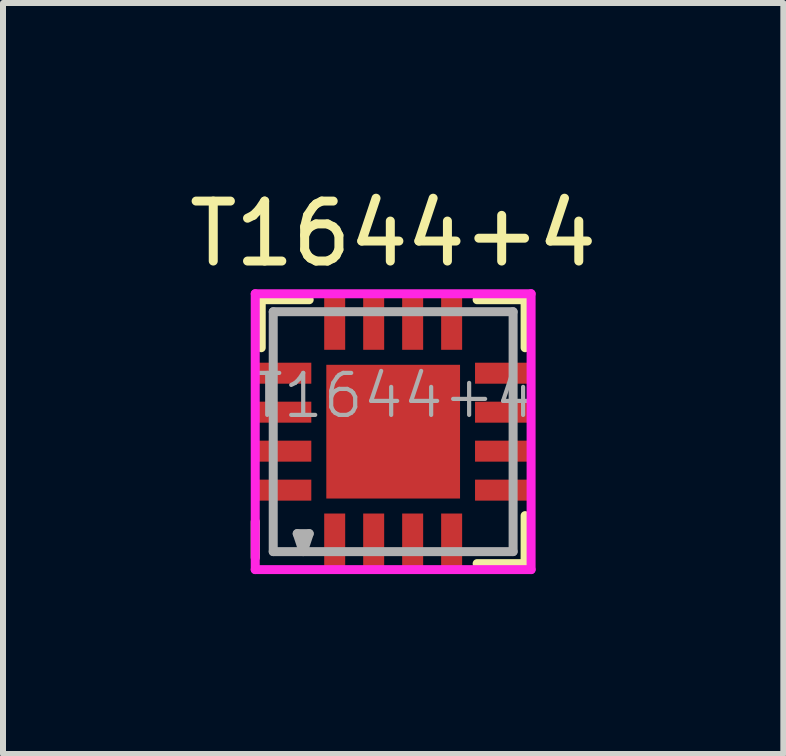
<source format=kicad_pcb>
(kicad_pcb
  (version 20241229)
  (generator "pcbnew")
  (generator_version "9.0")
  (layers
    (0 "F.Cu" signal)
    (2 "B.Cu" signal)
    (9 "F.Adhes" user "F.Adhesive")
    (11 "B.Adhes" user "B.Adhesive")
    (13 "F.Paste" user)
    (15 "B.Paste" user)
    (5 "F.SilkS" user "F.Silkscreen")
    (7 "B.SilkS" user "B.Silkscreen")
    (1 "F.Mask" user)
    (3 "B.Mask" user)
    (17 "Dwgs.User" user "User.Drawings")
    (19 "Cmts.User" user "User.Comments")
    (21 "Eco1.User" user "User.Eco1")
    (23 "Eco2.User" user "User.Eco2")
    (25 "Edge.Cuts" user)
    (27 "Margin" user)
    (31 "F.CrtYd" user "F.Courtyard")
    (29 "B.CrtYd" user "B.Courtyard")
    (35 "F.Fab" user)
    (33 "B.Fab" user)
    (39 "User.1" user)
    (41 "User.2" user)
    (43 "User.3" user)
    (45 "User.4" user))
  (footprint "T1644+4"
    (layer "F.Cu")
    (at 3.506 4.148)
    (property "Reference" "T1644+4" (at 0 -3.3 0) (layer "F.SilkS") (effects (font (size 1 1) (thickness 0.15))))
    (attr smd)
    (fp_line (start -2.3 1.5) (end -2.3 2.1) (stroke (width 0.15) (type solid)) (layer "F.SilkS"))
    (fp_line (start -2.2 -2.2) (end -1.4 -2.2) (stroke (width 0.15) (type solid)) (layer "F.SilkS"))
    (fp_line (start -2.2 -1.4) (end -2.2 -2.2) (stroke (width 0.15) (type solid)) (layer "F.SilkS"))
    (fp_line (start 1.4 -2.2) (end 2.2 -2.2) (stroke (width 0.15) (type solid)) (layer "F.SilkS"))
    (fp_line (start 1.4 2.2) (end 2.2 2.2) (stroke (width 0.15) (type solid)) (layer "F.SilkS"))
    (fp_line (start 2.2 -2.2) (end 2.2 -1.4) (stroke (width 0.15) (type solid)) (layer "F.SilkS"))
    (fp_line (start 2.2 2.2) (end 2.2 1.4) (stroke (width 0.15) (type solid)) (layer "F.SilkS"))
    (fp_line (start -2.3 -2.3) (end 2.3 -2.3) (stroke (width 0.15) (type solid)) (layer "F.CrtYd"))
    (fp_line (start -2.3 2.3) (end -2.3 -2.3) (stroke (width 0.15) (type solid)) (layer "F.CrtYd"))
    (fp_line (start 2.3 -2.3) (end 2.3 2.3) (stroke (width 0.15) (type solid)) (layer "F.CrtYd"))
    (fp_line (start 2.3 2.3) (end -2.3 2.3) (stroke (width 0.15) (type solid)) (layer "F.CrtYd"))
    (fp_line (start -2 -2) (end 2 -2) (stroke (width 0.15) (type solid)) (layer "F.Fab"))
    (fp_line (start -2 2) (end -2 -2) (stroke (width 0.15) (type solid)) (layer "F.Fab"))
    (fp_line (start -1.6 1.7) (end -1.5 2) (stroke (width 0.15) (type solid)) (layer "F.Fab"))
    (fp_line (start -1.5 2) (end -1.4 1.7) (stroke (width 0.15) (type solid)) (layer "F.Fab"))
    (fp_line (start -1.4 1.7) (end -1.6 1.7) (stroke (width 0.15) (type solid)) (layer "F.Fab"))
    (fp_line (start 2 -2) (end 2 2) (stroke (width 0.15) (type solid)) (layer "F.Fab"))
    (fp_line (start 2 2) (end -2 2) (stroke (width 0.15) (type solid)) (layer "F.Fab"))
    (fp_text user "${REFERENCE}" (at 0 -0.6 0) (layer "F.Fab") (effects (font (size 0.7 0.7) (thickness 0.07))))
    (pad "1" smd rect (at -0.975 1.84) (size 0.35 0.95) (layers "F.Cu" "F.Mask" "F.Paste"))
    (pad "2" smd rect (at -0.325 1.84) (size 0.35 0.95) (layers "F.Cu" "F.Mask" "F.Paste"))
    (pad "3" smd rect (at 0.325 1.84) (size 0.35 0.95) (layers "F.Cu" "F.Mask" "F.Paste"))
    (pad "4" smd rect (at 0.975 1.84) (size 0.35 0.95) (layers "F.Cu" "F.Mask" "F.Paste"))
    (pad "5" smd rect (at 1.84 0.975) (size 0.95 0.35) (layers "F.Cu" "F.Mask" "F.Paste"))
    (pad "6" smd rect (at 1.84 0.325) (size 0.95 0.35) (layers "F.Cu" "F.Mask" "F.Paste"))
    (pad "7" smd rect (at 1.84 -0.325) (size 0.95 0.35) (layers "F.Cu" "F.Mask" "F.Paste"))
    (pad "8" smd rect (at 1.84 -0.975) (size 0.95 0.35) (layers "F.Cu" "F.Mask" "F.Paste"))
    (pad "9" smd rect (at 0.975 -1.84) (size 0.35 0.95) (layers "F.Cu" "F.Mask" "F.Paste"))
    (pad "10" smd rect (at 0.325 -1.84) (size 0.35 0.95) (layers "F.Cu" "F.Mask" "F.Paste"))
    (pad "11" smd rect (at -0.325 -1.84) (size 0.35 0.95) (layers "F.Cu" "F.Mask" "F.Paste"))
    (pad "12" smd rect (at -0.975 -1.84) (size 0.35 0.95) (layers "F.Cu" "F.Mask" "F.Paste"))
    (pad "13" smd rect (at -1.84 -0.975) (size 0.95 0.35) (layers "F.Cu" "F.Mask" "F.Paste"))
    (pad "14" smd rect (at -1.84 -0.325) (size 0.95 0.35) (layers "F.Cu" "F.Mask" "F.Paste"))
    (pad "15" smd rect (at -1.84 0.325) (size 0.95 0.35) (layers "F.Cu" "F.Mask" "F.Paste"))
    (pad "16" smd rect (at -1.84 0.975) (size 0.95 0.35) (layers "F.Cu" "F.Mask" "F.Paste"))
    (pad "17" smd rect (at 0 0) (size 2.23 2.23) (layers "F.Cu" "F.Mask" "F.Paste")))
  (gr_rect
    (start -3 -3)
    (end 10.012 9.523)
    (stroke (width 0.1) (type default))
    (fill no)
    (layer "Edge.Cuts")))
</source>
